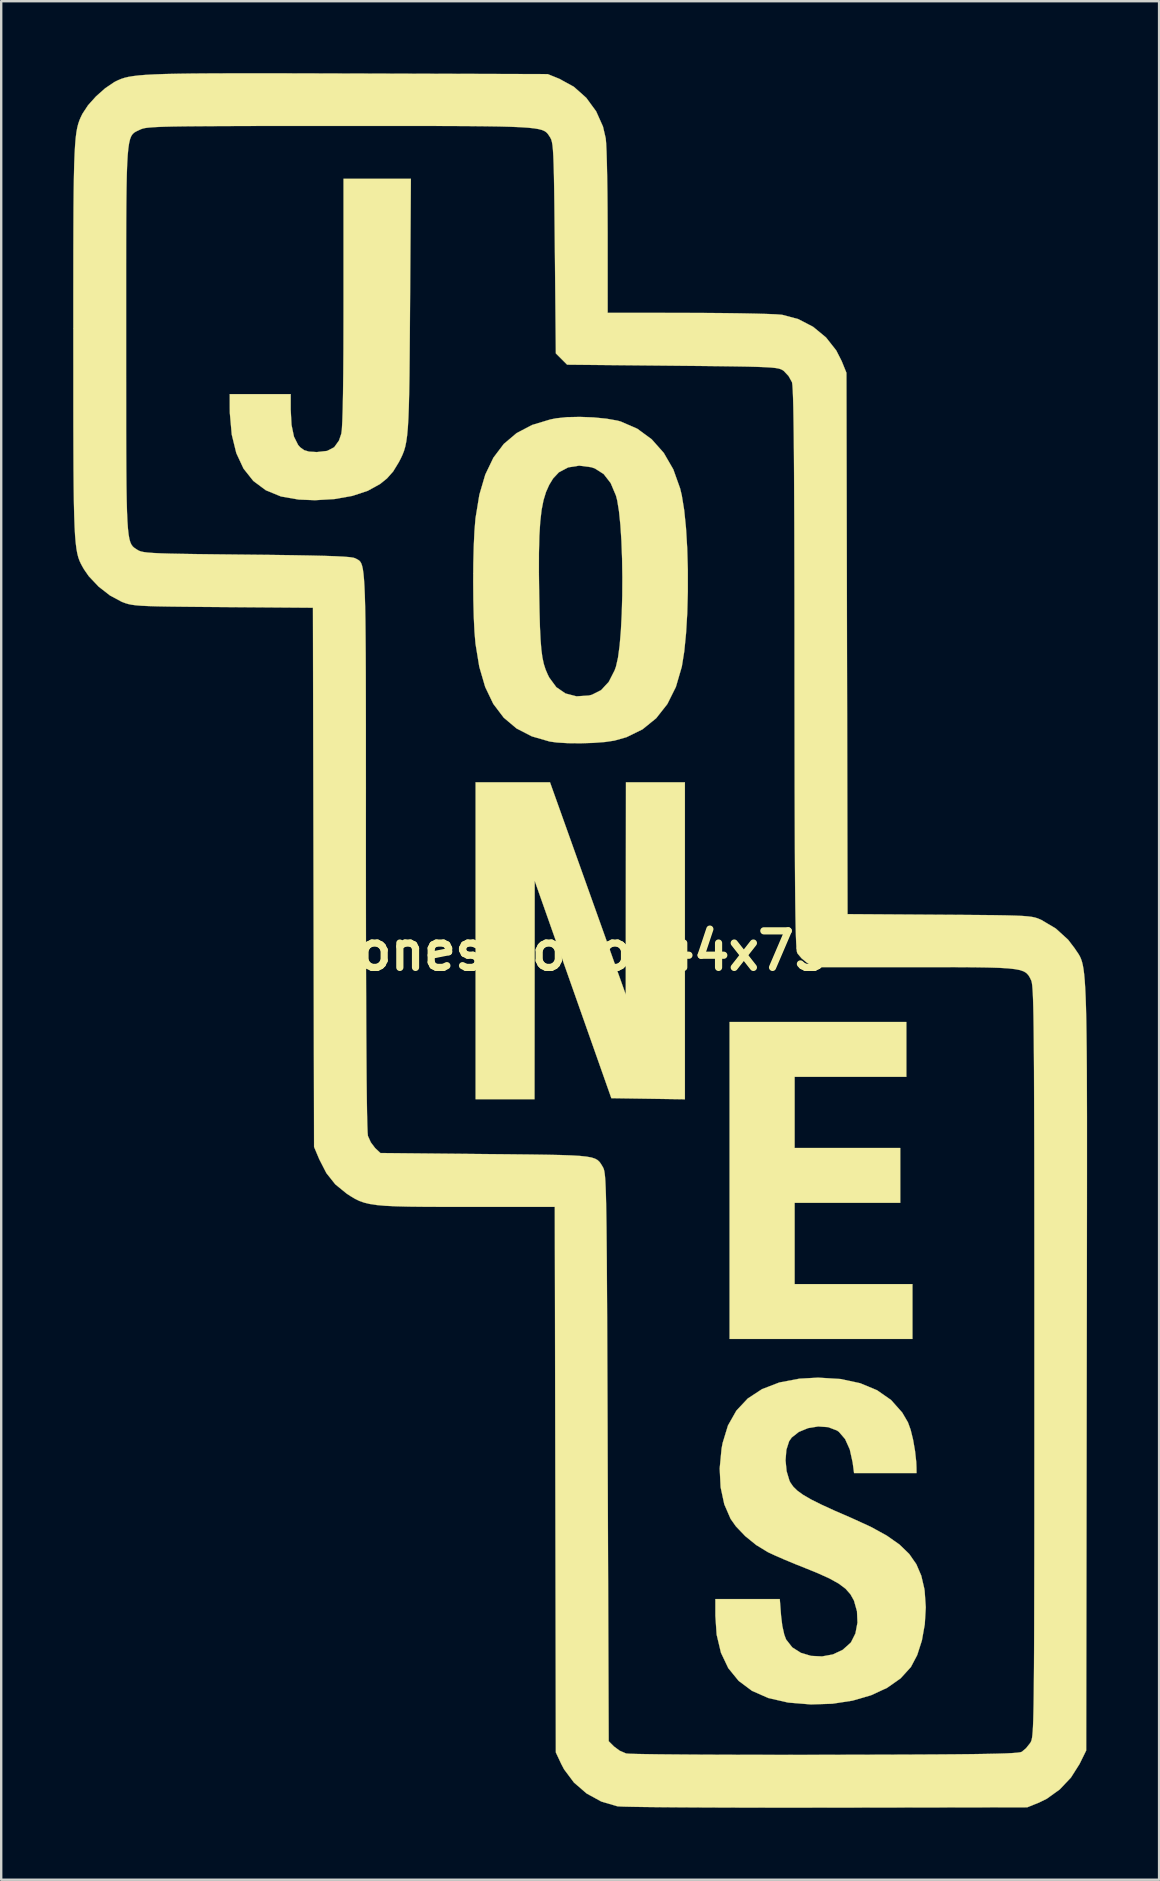
<source format=kicad_pcb>
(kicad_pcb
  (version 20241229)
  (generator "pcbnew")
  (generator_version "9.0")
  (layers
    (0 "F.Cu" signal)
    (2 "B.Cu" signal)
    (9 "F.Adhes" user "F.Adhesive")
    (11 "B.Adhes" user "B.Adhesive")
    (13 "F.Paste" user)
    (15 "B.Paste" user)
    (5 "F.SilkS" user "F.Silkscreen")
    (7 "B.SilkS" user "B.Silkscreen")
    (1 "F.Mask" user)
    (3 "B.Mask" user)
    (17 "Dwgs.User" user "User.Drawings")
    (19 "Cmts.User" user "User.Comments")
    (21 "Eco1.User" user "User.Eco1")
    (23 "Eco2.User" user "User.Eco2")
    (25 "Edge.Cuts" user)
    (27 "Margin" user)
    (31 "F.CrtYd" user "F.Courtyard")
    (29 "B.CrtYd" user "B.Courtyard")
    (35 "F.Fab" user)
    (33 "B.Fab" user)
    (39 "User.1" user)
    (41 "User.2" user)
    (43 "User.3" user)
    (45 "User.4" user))
  (footprint "Jones_logo_44x75"
    (layer "F.Cu")
    (at 21.086 36.572)
    (property "Reference" "Jones_logo_44x75" (at 0 0 0) (layer "F.SilkS") (effects (font (size 1.524 1.524) (thickness 0.3))))
    (attr through_hole)
    (fp_poly (pts (xy 13.631 5.249) (xy 8.975 5.249) (xy 8.975 8.213) (xy 13.377 8.213) (xy 13.377 10.499) (xy 8.975 10.499) (xy 8.975 13.885) (xy 13.885 13.885) (xy 13.885 16.171) (xy 6.265 16.171) (xy 6.265 2.963) (xy 13.631 2.963) (xy 13.631 5.249)) (stroke (width 0.01) (type solid)) (fill yes) (layer "F.SilkS"))
    (fp_poly (pts (xy 1.939 1.82) (xy 1.947 -7.027) (xy 4.403 -7.027) (xy 4.403 6.184) (xy 2.87 6.161) (xy 1.338 6.138) (xy -0.259 1.609) (xy -1.856 -2.921) (xy -1.859 1.63) (xy -1.863 6.181) (xy -4.318 6.181) (xy -4.318 -7.027) (xy -1.219 -7.027) (xy 1.939 1.82)) (stroke (width 0.01) (type solid)) (fill yes) (layer "F.SilkS"))
    (fp_poly (pts (xy -7.05 -26.903) (xy -7.058 -25.776) (xy -7.066 -24.805) (xy -7.074 -23.977) (xy -7.086 -23.276) (xy -7.1 -22.691) (xy -7.118 -22.207) (xy -7.141 -21.811) (xy -7.17 -21.489) (xy -7.206 -21.228) (xy -7.249 -21.013) (xy -7.302 -20.832) (xy -7.365 -20.671) (xy -7.438 -20.515) (xy -7.518 -20.362) (xy -7.752 -19.978) (xy -8.012 -19.685) (xy -8.297 -19.455) (xy -8.813 -19.17) (xy -9.456 -18.958) (xy -10.198 -18.827) (xy -11.011 -18.779) (xy -11.691 -18.806) (xy -12.43 -18.935) (xy -13.059 -19.193) (xy -13.579 -19.58) (xy -13.989 -20.096) (xy -14.289 -20.741) (xy -14.479 -21.514) (xy -14.559 -22.415) (xy -14.562 -22.627) (xy -14.563 -23.199) (xy -12.023 -23.199) (xy -12.023 -22.559) (xy -11.989 -21.918) (xy -11.887 -21.428) (xy -11.714 -21.082) (xy -11.627 -20.983) (xy -11.463 -20.864) (xy -11.261 -20.804) (xy -10.96 -20.786) (xy -10.922 -20.786) (xy -10.506 -20.833) (xy -10.211 -20.986) (xy -10.012 -21.263) (xy -9.914 -21.55) (xy -9.891 -21.728) (xy -9.872 -22.069) (xy -9.855 -22.573) (xy -9.842 -23.241) (xy -9.832 -24.075) (xy -9.825 -25.075) (xy -9.822 -26.243) (xy -9.821 -27.046) (xy -9.821 -32.173) (xy -7.015 -32.173) (xy -7.05 -26.903)) (stroke (width 0.01) (type solid)) (fill yes) (layer "F.SilkS"))
    (fp_poly (pts (xy 0.594 -22.229) (xy 1.134 -22.176) (xy 1.588 -22.096) (xy 1.729 -22.058) (xy 2.418 -21.758) (xy 3.018 -21.319) (xy 3.522 -20.751) (xy 3.92 -20.064) (xy 4.205 -19.267) (xy 4.274 -18.977) (xy 4.374 -18.363) (xy 4.449 -17.617) (xy 4.499 -16.779) (xy 4.525 -15.884) (xy 4.525 -14.97) (xy 4.501 -14.073) (xy 4.451 -13.232) (xy 4.377 -12.482) (xy 4.278 -11.862) (xy 4.274 -11.841) (xy 4.029 -11.002) (xy 3.672 -10.285) (xy 3.207 -9.694) (xy 2.638 -9.232) (xy 1.969 -8.904) (xy 1.463 -8.761) (xy 1.079 -8.704) (xy 0.592 -8.667) (xy 0.058 -8.65) (xy -0.468 -8.655) (xy -0.929 -8.682) (xy -1.228 -8.723) (xy -1.975 -8.939) (xy -2.613 -9.268) (xy -3.147 -9.718) (xy -3.581 -10.292) (xy -3.919 -10.997) (xy -4.165 -11.839) (xy -4.322 -12.798) (xy -4.364 -13.295) (xy -4.394 -13.92) (xy -4.412 -14.629) (xy -4.418 -15.382) (xy -4.416 -15.731) (xy -1.68 -15.731) (xy -1.67 -14.921) (xy -1.655 -14.131) (xy -1.637 -13.489) (xy -1.612 -12.973) (xy -1.579 -12.56) (xy -1.535 -12.229) (xy -1.477 -11.958) (xy -1.402 -11.724) (xy -1.308 -11.506) (xy -1.249 -11.388) (xy -0.955 -10.988) (xy -0.571 -10.725) (xy -0.114 -10.607) (xy 0.398 -10.64) (xy 0.528 -10.672) (xy 0.911 -10.865) (xy 1.23 -11.209) (xy 1.477 -11.694) (xy 1.533 -11.853) (xy 1.616 -12.221) (xy 1.684 -12.727) (xy 1.736 -13.345) (xy 1.772 -14.043) (xy 1.793 -14.794) (xy 1.797 -15.569) (xy 1.786 -16.337) (xy 1.759 -17.07) (xy 1.716 -17.74) (xy 1.657 -18.316) (xy 1.583 -18.77) (xy 1.533 -18.965) (xy 1.311 -19.491) (xy 1.019 -19.868) (xy 0.652 -20.102) (xy 0.501 -20.153) (xy -0.001 -20.219) (xy -0.46 -20.146) (xy -0.847 -19.942) (xy -1.09 -19.683) (xy -1.252 -19.416) (xy -1.384 -19.12) (xy -1.489 -18.777) (xy -1.569 -18.369) (xy -1.625 -17.878) (xy -1.662 -17.287) (xy -1.679 -16.577) (xy -1.68 -15.731) (xy -4.416 -15.731) (xy -4.413 -16.137) (xy -4.395 -16.852) (xy -4.366 -17.485) (xy -4.325 -17.994) (xy -4.322 -18.027) (xy -4.161 -19.008) (xy -3.915 -19.846) (xy -3.577 -20.55) (xy -3.143 -21.124) (xy -2.607 -21.577) (xy -1.963 -21.914) (xy -1.205 -22.143) (xy -0.963 -22.191) (xy -0.513 -22.239) (xy 0.025 -22.25) (xy 0.594 -22.229)) (stroke (width 0.01) (type solid)) (fill yes) (layer "F.SilkS"))
    (fp_poly (pts (xy 10.887 17.84) (xy 11.707 18.015) (xy 12.411 18.308) (xy 12.996 18.716) (xy 13.459 19.238) (xy 13.699 19.649) (xy 13.81 19.956) (xy 13.912 20.373) (xy 13.993 20.841) (xy 14.043 21.299) (xy 14.052 21.526) (xy 14.055 21.759) (xy 11.452 21.759) (xy 11.393 21.315) (xy 11.274 20.776) (xy 11.079 20.343) (xy 10.82 20.042) (xy 10.737 19.984) (xy 10.374 19.846) (xy 9.958 19.817) (xy 9.534 19.887) (xy 9.151 20.045) (xy 8.853 20.279) (xy 8.745 20.435) (xy 8.631 20.792) (xy 8.597 21.23) (xy 8.641 21.68) (xy 8.76 22.076) (xy 8.802 22.16) (xy 8.921 22.329) (xy 9.091 22.495) (xy 9.33 22.667) (xy 9.657 22.857) (xy 10.089 23.073) (xy 10.645 23.328) (xy 11.33 23.625) (xy 12.149 24) (xy 12.816 24.366) (xy 13.344 24.737) (xy 13.75 25.13) (xy 14.048 25.558) (xy 14.253 26.036) (xy 14.38 26.58) (xy 14.393 26.665) (xy 14.44 27.354) (xy 14.399 28.06) (xy 14.278 28.737) (xy 14.083 29.344) (xy 13.824 29.835) (xy 13.818 29.844) (xy 13.391 30.314) (xy 12.83 30.708) (xy 12.156 31.019) (xy 11.388 31.242) (xy 10.548 31.371) (xy 9.654 31.4) (xy 8.727 31.324) (xy 8.681 31.317) (xy 7.878 31.133) (xy 7.198 30.833) (xy 6.642 30.418) (xy 6.211 29.889) (xy 5.906 29.246) (xy 5.726 28.491) (xy 5.673 27.707) (xy 5.673 27.009) (xy 8.357 27.009) (xy 8.41 27.699) (xy 8.462 28.125) (xy 8.543 28.488) (xy 8.62 28.694) (xy 8.878 29.023) (xy 9.237 29.251) (xy 9.662 29.377) (xy 10.118 29.399) (xy 10.568 29.317) (xy 10.976 29.127) (xy 11.308 28.83) (xy 11.326 28.807) (xy 11.509 28.442) (xy 11.594 27.993) (xy 11.574 27.518) (xy 11.448 27.071) (xy 11.446 27.069) (xy 11.301 26.81) (xy 11.098 26.58) (xy 10.812 26.365) (xy 10.423 26.149) (xy 9.908 25.917) (xy 9.466 25.738) (xy 9.01 25.556) (xy 8.56 25.369) (xy 8.166 25.197) (xy 7.876 25.062) (xy 7.856 25.052) (xy 7.376 24.759) (xy 6.917 24.387) (xy 6.53 23.982) (xy 6.307 23.667) (xy 6.044 23.06) (xy 5.892 22.351) (xy 5.853 21.569) (xy 5.931 20.742) (xy 5.975 20.507) (xy 6.198 19.776) (xy 6.548 19.158) (xy 7.022 18.652) (xy 7.619 18.261) (xy 8.338 17.985) (xy 9.177 17.826) (xy 9.956 17.783) (xy 10.887 17.84)) (stroke (width 0.01) (type solid)) (fill yes) (layer "F.SilkS"))
    (fp_poly (pts (xy -12.447 -36.566) (xy -11.189 -36.563) (xy -9.773 -36.559) (xy -9.61 -36.559) (xy -1.312 -36.534) (xy -0.826 -36.337) (xy -0.224 -36.006) (xy 0.293 -35.546) (xy 0.705 -34.983) (xy 0.99 -34.347) (xy 1.104 -33.856) (xy 1.121 -33.651) (xy 1.138 -33.299) (xy 1.152 -32.822) (xy 1.164 -32.241) (xy 1.174 -31.579) (xy 1.18 -30.858) (xy 1.183 -30.1) (xy 1.184 -29.951) (xy 1.185 -26.585) (xy 4.551 -26.584) (xy 5.314 -26.581) (xy 6.044 -26.575) (xy 6.718 -26.566) (xy 7.316 -26.554) (xy 7.815 -26.54) (xy 8.193 -26.525) (xy 8.428 -26.507) (xy 8.456 -26.504) (xy 9.128 -26.325) (xy 9.746 -26.004) (xy 10.283 -25.561) (xy 10.711 -25.018) (xy 10.937 -24.574) (xy 11.134 -24.088) (xy 11.157 -12.809) (xy 11.18 -1.531) (xy 15.009 -1.506) (xy 15.914 -1.5) (xy 16.666 -1.494) (xy 17.281 -1.488) (xy 17.775 -1.48) (xy 18.164 -1.469) (xy 18.465 -1.456) (xy 18.693 -1.438) (xy 18.865 -1.416) (xy 18.997 -1.388) (xy 19.105 -1.354) (xy 19.205 -1.312) (xy 19.255 -1.29) (xy 19.859 -0.931) (xy 20.371 -0.465) (xy 20.645 -0.106) (xy 20.707 -0.013) (xy 20.764 0.07) (xy 20.817 0.15) (xy 20.864 0.234) (xy 20.907 0.33) (xy 20.946 0.443) (xy 20.981 0.583) (xy 21.012 0.756) (xy 21.039 0.969) (xy 21.063 1.23) (xy 21.083 1.546) (xy 21.101 1.924) (xy 21.116 2.371) (xy 21.128 2.895) (xy 21.137 3.503) (xy 21.145 4.202) (xy 21.151 4.999) (xy 21.154 5.902) (xy 21.157 6.918) (xy 21.157 8.055) (xy 21.157 9.319) (xy 21.156 10.717) (xy 21.154 12.257) (xy 21.152 13.947) (xy 21.149 15.793) (xy 21.147 17.322) (xy 21.124 33.32) (xy 20.847 33.883) (xy 20.49 34.447) (xy 20.022 34.942) (xy 19.483 35.33) (xy 19.156 35.491) (xy 18.669 35.687) (xy 10.329 35.7) (xy 9.147 35.701) (xy 8.006 35.701) (xy 6.919 35.699) (xy 5.899 35.696) (xy 4.957 35.692) (xy 4.106 35.687) (xy 3.358 35.681) (xy 2.724 35.674) (xy 2.218 35.666) (xy 1.851 35.658) (xy 1.636 35.648) (xy 1.59 35.644) (xy 0.921 35.447) (xy 0.308 35.111) (xy -0.219 34.656) (xy -0.631 34.105) (xy -0.748 33.883) (xy -0.974 33.401) (xy -0.996 22.035) (xy -1.018 10.668) (xy -4.685 10.668) (xy -5.636 10.667) (xy -6.435 10.664) (xy -7.098 10.657) (xy -7.642 10.643) (xy -8.084 10.622) (xy -8.441 10.59) (xy -8.729 10.546) (xy -8.966 10.489) (xy -9.168 10.417) (xy -9.351 10.327) (xy -9.534 10.217) (xy -9.694 10.112) (xy -10.166 9.727) (xy -10.537 9.259) (xy -10.832 8.684) (xy -11.049 8.17) (xy -11.072 -3.064) (xy -11.096 -14.298) (xy -14.84 -14.326) (xy -15.735 -14.333) (xy -16.477 -14.34) (xy -17.083 -14.347) (xy -17.57 -14.356) (xy -17.954 -14.368) (xy -18.252 -14.382) (xy -18.481 -14.401) (xy -18.657 -14.425) (xy -18.796 -14.454) (xy -18.917 -14.491) (xy -19.034 -14.535) (xy -19.067 -14.548) (xy -19.552 -14.808) (xy -20.027 -15.178) (xy -20.433 -15.607) (xy -20.632 -15.893) (xy -20.704 -16.017) (xy -20.767 -16.135) (xy -20.824 -16.258) (xy -20.873 -16.396) (xy -20.915 -16.56) (xy -20.951 -16.76) (xy -20.981 -17.006) (xy -21.007 -17.309) (xy -21.027 -17.68) (xy -21.043 -18.128) (xy -21.056 -18.665) (xy -21.065 -19.3) (xy -21.072 -20.045) (xy -21.076 -20.909) (xy -21.079 -21.903) (xy -21.08 -23.038) (xy -21.08 -24.324) (xy -21.081 -25.417) (xy -21.081 -26.822) (xy -21.081 -27.278) (xy -18.881 -27.278) (xy -18.881 -25.949) (xy -18.881 -25.461) (xy -18.881 -24.079) (xy -18.88 -22.857) (xy -18.88 -21.784) (xy -18.877 -20.85) (xy -18.873 -20.045) (xy -18.867 -19.359) (xy -18.857 -18.781) (xy -18.844 -18.302) (xy -18.827 -17.911) (xy -18.805 -17.599) (xy -18.778 -17.354) (xy -18.745 -17.168) (xy -18.706 -17.029) (xy -18.66 -16.929) (xy -18.607 -16.856) (xy -18.546 -16.8) (xy -18.476 -16.753) (xy -18.405 -16.707) (xy -18.342 -16.672) (xy -18.26 -16.643) (xy -18.143 -16.618) (xy -17.977 -16.597) (xy -17.749 -16.58) (xy -17.443 -16.565) (xy -17.045 -16.553) (xy -16.542 -16.543) (xy -15.917 -16.533) (xy -15.158 -16.524) (xy -14.25 -16.514) (xy -13.847 -16.51) (xy -12.815 -16.499) (xy -11.942 -16.487) (xy -11.216 -16.474) (xy -10.626 -16.46) (xy -10.161 -16.444) (xy -9.81 -16.426) (xy -9.561 -16.406) (xy -9.405 -16.382) (xy -9.335 -16.359) (xy -9.273 -16.327) (xy -9.218 -16.297) (xy -9.167 -16.263) (xy -9.123 -16.215) (xy -9.083 -16.146) (xy -9.048 -16.046) (xy -9.017 -15.908) (xy -8.991 -15.723) (xy -8.969 -15.483) (xy -8.95 -15.179) (xy -8.934 -14.803) (xy -8.921 -14.347) (xy -8.911 -13.802) (xy -8.904 -13.16) (xy -8.898 -12.412) (xy -8.894 -11.551) (xy -8.892 -10.568) (xy -8.89 -9.454) (xy -8.89 -8.201) (xy -8.889 -6.801) (xy -8.89 -5.245) (xy -8.89 -4.174) (xy -8.889 -2.394) (xy -8.887 -0.747) (xy -8.884 0.765) (xy -8.879 2.137) (xy -8.874 3.367) (xy -8.867 4.451) (xy -8.86 5.387) (xy -8.851 6.169) (xy -8.841 6.796) (xy -8.83 7.264) (xy -8.818 7.569) (xy -8.806 7.709) (xy -8.805 7.711) (xy -8.684 7.98) (xy -8.508 8.213) (xy -8.502 8.219) (xy -8.284 8.424) (xy -3.909 8.467) (xy -2.912 8.476) (xy -2.07 8.485) (xy -1.37 8.495) (xy -0.796 8.507) (xy -0.335 8.523) (xy 0.026 8.544) (xy 0.303 8.573) (xy 0.509 8.61) (xy 0.658 8.658) (xy 0.764 8.717) (xy 0.842 8.79) (xy 0.905 8.877) (xy 0.968 8.981) (xy 0.985 9.01) (xy 1.007 9.052) (xy 1.027 9.105) (xy 1.045 9.179) (xy 1.061 9.282) (xy 1.076 9.423) (xy 1.089 9.609) (xy 1.1 9.85) (xy 1.111 10.153) (xy 1.12 10.527) (xy 1.128 10.981) (xy 1.136 11.523) (xy 1.142 12.162) (xy 1.149 12.905) (xy 1.154 13.762) (xy 1.16 14.741) (xy 1.165 15.85) (xy 1.17 17.097) (xy 1.176 18.492) (xy 1.182 20.043) (xy 1.185 21.101) (xy 1.228 32.932) (xy 1.45 33.154) (xy 1.685 33.328) (xy 1.949 33.442) (xy 1.958 33.444) (xy 2.082 33.454) (xy 2.364 33.463) (xy 2.791 33.471) (xy 3.35 33.479) (xy 4.029 33.485) (xy 4.817 33.491) (xy 5.701 33.495) (xy 6.669 33.498) (xy 7.708 33.5) (xy 8.807 33.501) (xy 9.952 33.5) (xy 10.245 33.499) (xy 11.637 33.496) (xy 12.869 33.493) (xy 13.951 33.489) (xy 14.889 33.484) (xy 15.695 33.478) (xy 16.377 33.471) (xy 16.944 33.462) (xy 17.405 33.452) (xy 17.769 33.441) (xy 18.045 33.427) (xy 18.243 33.412) (xy 18.37 33.395) (xy 18.438 33.376) (xy 18.441 33.374) (xy 18.619 33.225) (xy 18.788 33.012) (xy 18.8 32.993) (xy 18.82 32.958) (xy 18.839 32.914) (xy 18.855 32.855) (xy 18.871 32.774) (xy 18.884 32.663) (xy 18.897 32.514) (xy 18.908 32.322) (xy 18.918 32.077) (xy 18.926 31.774) (xy 18.934 31.404) (xy 18.94 30.96) (xy 18.945 30.436) (xy 18.95 29.823) (xy 18.954 29.114) (xy 18.957 28.302) (xy 18.959 27.38) (xy 18.961 26.34) (xy 18.963 25.175) (xy 18.964 23.878) (xy 18.964 22.441) (xy 18.965 20.858) (xy 18.965 19.119) (xy 18.965 17.22) (xy 18.965 17.115) (xy 18.965 15.193) (xy 18.965 13.433) (xy 18.964 11.827) (xy 18.963 10.37) (xy 18.962 9.053) (xy 18.96 7.869) (xy 18.957 6.811) (xy 18.954 5.873) (xy 18.951 5.046) (xy 18.946 4.324) (xy 18.941 3.699) (xy 18.935 3.165) (xy 18.928 2.713) (xy 18.92 2.337) (xy 18.911 2.03) (xy 18.901 1.784) (xy 18.889 1.593) (xy 18.877 1.449) (xy 18.863 1.344) (xy 18.848 1.272) (xy 18.832 1.226) (xy 18.774 1.107) (xy 18.712 1.007) (xy 18.633 0.924) (xy 18.523 0.856) (xy 18.367 0.801) (xy 18.152 0.76) (xy 17.864 0.728) (xy 17.488 0.706) (xy 17.011 0.692) (xy 16.419 0.683) (xy 15.698 0.679) (xy 14.834 0.677) (xy 13.949 0.677) (xy 9.762 0.677) (xy 9.475 0.484) (xy 9.261 0.306) (xy 9.101 0.114) (xy 9.083 0.082) (xy 9.067 0.018) (xy 9.053 -0.115) (xy 9.041 -0.323) (xy 9.029 -0.614) (xy 9.019 -0.994) (xy 9.01 -1.471) (xy 9.002 -2.052) (xy 8.995 -2.744) (xy 8.989 -3.554) (xy 8.985 -4.489) (xy 8.981 -5.556) (xy 8.977 -6.762) (xy 8.975 -8.114) (xy 8.973 -9.62) (xy 8.971 -11.286) (xy 8.971 -11.769) (xy 8.97 -13.514) (xy 8.968 -15.096) (xy 8.965 -16.522) (xy 8.962 -17.797) (xy 8.957 -18.929) (xy 8.952 -19.922) (xy 8.946 -20.784) (xy 8.939 -21.522) (xy 8.93 -22.14) (xy 8.921 -22.646) (xy 8.91 -23.046) (xy 8.898 -23.346) (xy 8.885 -23.553) (xy 8.871 -23.673) (xy 8.864 -23.699) (xy 8.723 -23.953) (xy 8.526 -24.163) (xy 8.524 -24.164) (xy 8.467 -24.204) (xy 8.4 -24.237) (xy 8.31 -24.265) (xy 8.182 -24.288) (xy 8.003 -24.307) (xy 7.756 -24.322) (xy 7.429 -24.335) (xy 7.007 -24.346) (xy 6.475 -24.355) (xy 5.819 -24.364) (xy 5.026 -24.373) (xy 4.08 -24.382) (xy 3.89 -24.384) (xy -0.504 -24.426) (xy -0.739 -24.661) (xy -0.974 -24.896) (xy -1.016 -29.279) (xy -1.026 -30.258) (xy -1.035 -31.081) (xy -1.044 -31.764) (xy -1.054 -32.321) (xy -1.066 -32.765) (xy -1.079 -33.111) (xy -1.095 -33.373) (xy -1.114 -33.566) (xy -1.137 -33.703) (xy -1.164 -33.8) (xy -1.196 -33.87) (xy -1.213 -33.899) (xy -1.263 -33.977) (xy -1.311 -34.046) (xy -1.368 -34.106) (xy -1.443 -34.159) (xy -1.546 -34.204) (xy -1.689 -34.242) (xy -1.88 -34.274) (xy -2.131 -34.301) (xy -2.45 -34.322) (xy -2.849 -34.339) (xy -3.337 -34.352) (xy -3.924 -34.361) (xy -4.621 -34.368) (xy -5.438 -34.372) (xy -6.384 -34.374) (xy -7.47 -34.375) (xy -8.707 -34.375) (xy -9.967 -34.375) (xy -11.318 -34.374) (xy -12.509 -34.374) (xy -13.553 -34.373) (xy -14.458 -34.37) (xy -15.235 -34.367) (xy -15.894 -34.363) (xy -16.447 -34.358) (xy -16.903 -34.351) (xy -17.272 -34.342) (xy -17.565 -34.331) (xy -17.793 -34.318) (xy -17.965 -34.303) (xy -18.092 -34.286) (xy -18.184 -34.265) (xy -18.253 -34.242) (xy -18.288 -34.226) (xy -18.385 -34.181) (xy -18.471 -34.14) (xy -18.546 -34.094) (xy -18.611 -34.033) (xy -18.668 -33.947) (xy -18.716 -33.825) (xy -18.756 -33.657) (xy -18.789 -33.435) (xy -18.816 -33.146) (xy -18.837 -32.783) (xy -18.853 -32.333) (xy -18.864 -31.789) (xy -18.872 -31.138) (xy -18.877 -30.372) (xy -18.88 -29.48) (xy -18.881 -28.452) (xy -18.881 -27.278) (xy -21.081 -27.278) (xy -21.08 -28.068) (xy -21.079 -29.166) (xy -21.076 -30.126) (xy -21.072 -30.959) (xy -21.065 -31.675) (xy -21.055 -32.285) (xy -21.043 -32.799) (xy -21.026 -33.227) (xy -21.006 -33.581) (xy -20.982 -33.87) (xy -20.953 -34.105) (xy -20.918 -34.297) (xy -20.878 -34.456) (xy -20.832 -34.593) (xy -20.78 -34.718) (xy -20.72 -34.842) (xy -20.699 -34.884) (xy -20.468 -35.235) (xy -20.135 -35.606) (xy -19.753 -35.945) (xy -19.375 -36.2) (xy -19.329 -36.225) (xy -19.211 -36.282) (xy -19.089 -36.333) (xy -18.952 -36.378) (xy -18.791 -36.417) (xy -18.594 -36.45) (xy -18.352 -36.479) (xy -18.055 -36.503) (xy -17.692 -36.522) (xy -17.253 -36.538) (xy -16.727 -36.549) (xy -16.105 -36.558) (xy -15.376 -36.563) (xy -14.531 -36.566) (xy -13.558 -36.567) (xy -12.447 -36.566)) (stroke (width 0.01) (type solid)) (fill yes) (layer "F.SilkS")))
  (gr_rect
    (start -3 -3)
    (end 45.248 75.278)
    (stroke (width 0.1) (type default))
    (fill no)
    (layer "Edge.Cuts")))
</source>
